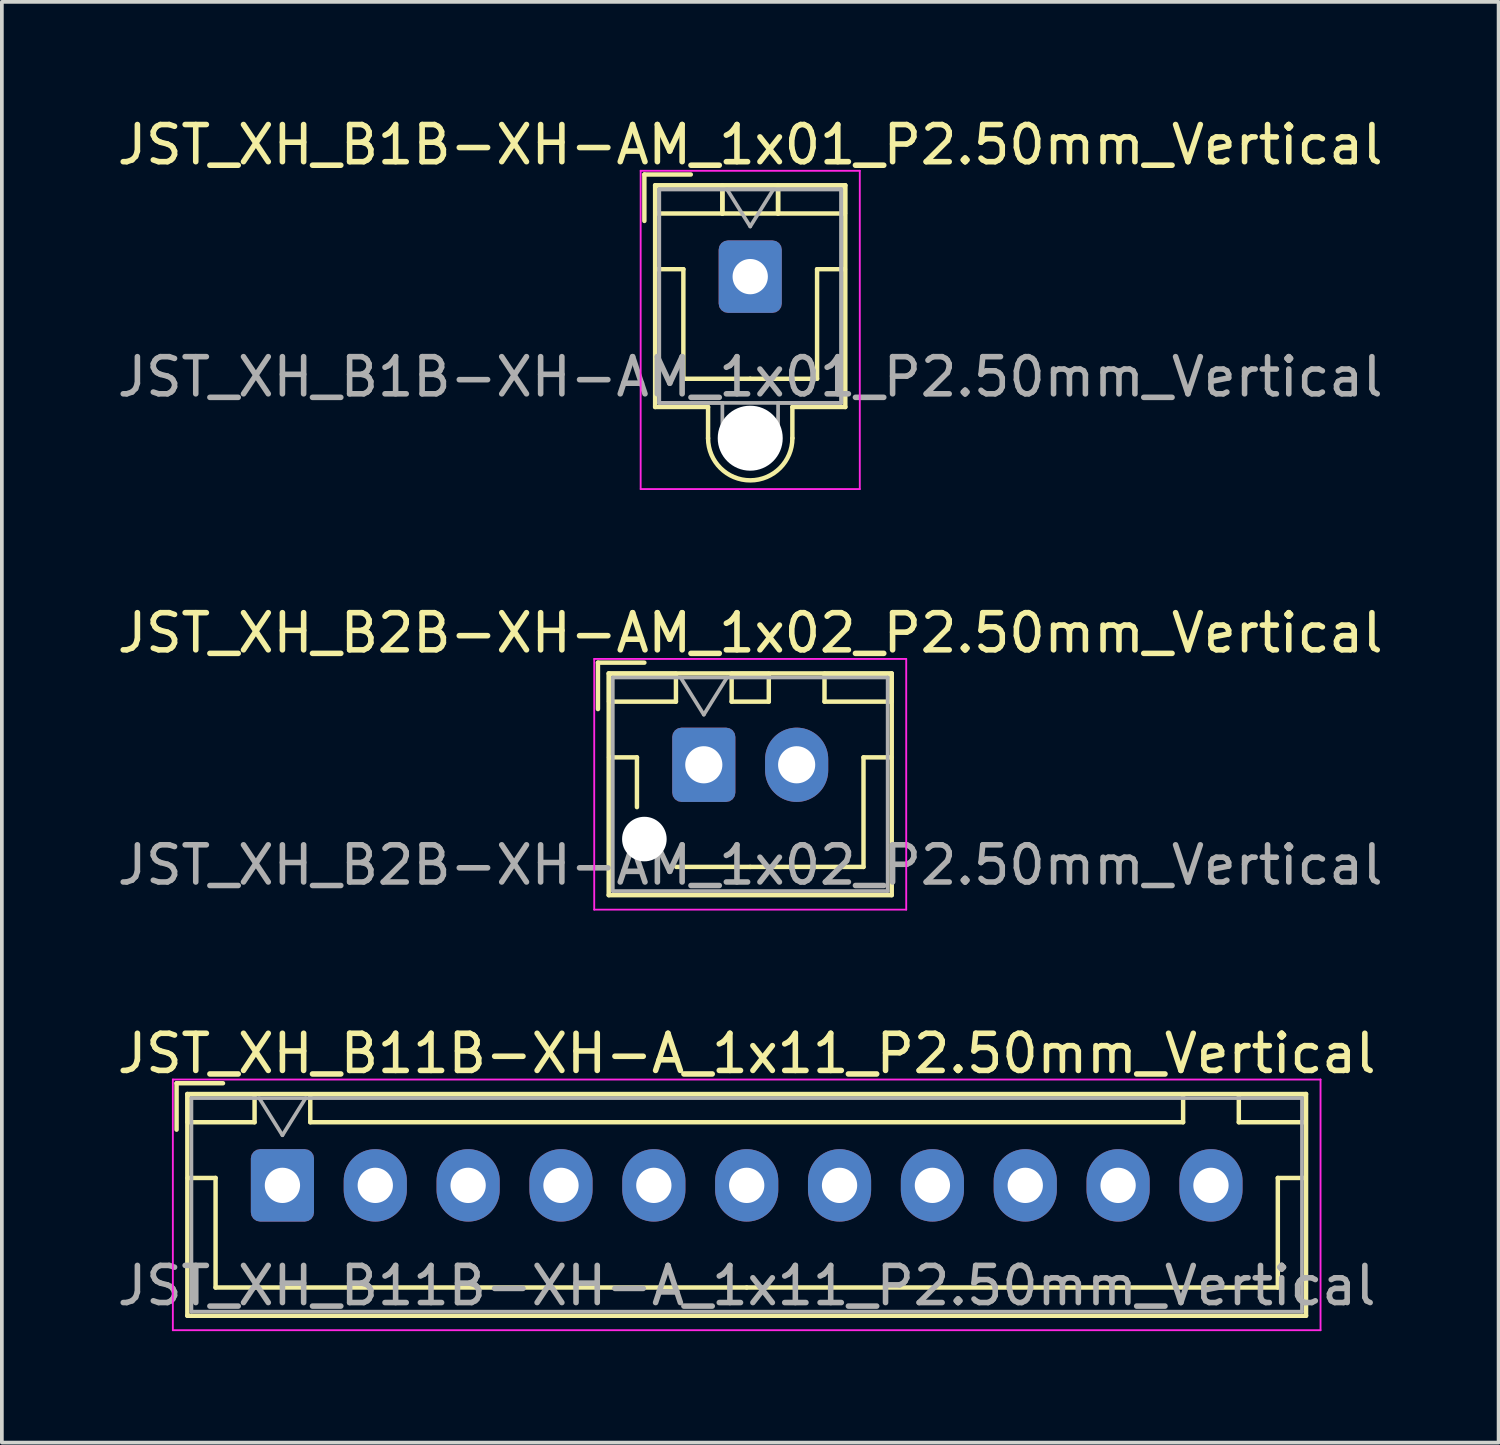
<source format=kicad_pcb>
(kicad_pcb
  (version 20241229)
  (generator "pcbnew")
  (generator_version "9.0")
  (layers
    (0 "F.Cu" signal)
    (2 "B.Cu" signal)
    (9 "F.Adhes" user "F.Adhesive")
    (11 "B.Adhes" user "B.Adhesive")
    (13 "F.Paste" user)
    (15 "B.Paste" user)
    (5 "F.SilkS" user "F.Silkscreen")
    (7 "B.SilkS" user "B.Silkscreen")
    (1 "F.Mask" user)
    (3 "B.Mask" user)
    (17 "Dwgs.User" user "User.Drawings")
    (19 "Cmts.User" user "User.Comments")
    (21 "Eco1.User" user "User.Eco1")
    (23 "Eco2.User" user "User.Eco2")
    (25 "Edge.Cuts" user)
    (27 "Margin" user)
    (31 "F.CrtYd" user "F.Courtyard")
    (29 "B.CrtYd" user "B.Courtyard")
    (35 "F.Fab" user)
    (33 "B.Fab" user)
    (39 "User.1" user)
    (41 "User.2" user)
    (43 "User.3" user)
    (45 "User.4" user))
  (footprint "JST_XH_B1B-XH-AM_1x01_P2.50mm_Vertical"
    (layer "F.Cu")
    (at 17.149 4.398)
    (property "Reference" "JST_XH_B1B-XH-AM_1x01_P2.50mm_Vertical" (at 0 -3.55 0) (layer "F.SilkS") (effects (font (size 1 1) (thickness 0.15))))
    (attr through_hole)
    (fp_line (start -2.85 -2.75) (end -2.85 -1.5) (stroke (width 0.12) (type solid)) (layer "F.SilkS"))
    (fp_line (start -2.56 -2.46) (end 2.56 -2.46) (stroke (width 0.12) (type solid)) (layer "F.SilkS"))
    (fp_line (start -2.56 3.51) (end -2.56 -2.46) (stroke (width 0.12) (type solid)) (layer "F.SilkS"))
    (fp_line (start -2.55 -2.45) (end -2.55 -1.7) (stroke (width 0.12) (type solid)) (layer "F.SilkS"))
    (fp_line (start -2.55 -1.7) (end -0.75 -1.7) (stroke (width 0.12) (type solid)) (layer "F.SilkS"))
    (fp_line (start -2.55 -0.2) (end -1.8 -0.2) (stroke (width 0.12) (type solid)) (layer "F.SilkS"))
    (fp_line (start -1.8 -0.2) (end -1.8 2.75) (stroke (width 0.12) (type solid)) (layer "F.SilkS"))
    (fp_line (start -1.8 2.75) (end 0 2.75) (stroke (width 0.12) (type solid)) (layer "F.SilkS"))
    (fp_line (start -1.6 -2.75) (end -2.85 -2.75) (stroke (width 0.12) (type solid)) (layer "F.SilkS"))
    (fp_line (start -1.135 3.51) (end -2.56 3.51) (stroke (width 0.12) (type solid)) (layer "F.SilkS"))
    (fp_line (start -1.135 4.35) (end -1.135 3.51) (stroke (width 0.12) (type solid)) (layer "F.SilkS"))
    (fp_line (start -0.75 -2.45) (end -2.55 -2.45) (stroke (width 0.12) (type solid)) (layer "F.SilkS"))
    (fp_line (start -0.75 -2.45) (end 0.75 -2.45) (stroke (width 0.12) (type solid)) (layer "F.SilkS"))
    (fp_line (start -0.75 -1.7) (end -0.75 -2.45) (stroke (width 0.12) (type solid)) (layer "F.SilkS"))
    (fp_line (start -0.75 -1.7) (end -0.75 -2.45) (stroke (width 0.12) (type solid)) (layer "F.SilkS"))
    (fp_line (start 0.75 -2.45) (end 0.75 -1.7) (stroke (width 0.12) (type solid)) (layer "F.SilkS"))
    (fp_line (start 0.75 -2.45) (end 0.75 -1.7) (stroke (width 0.12) (type solid)) (layer "F.SilkS"))
    (fp_line (start 0.75 -1.7) (end -0.75 -1.7) (stroke (width 0.12) (type solid)) (layer "F.SilkS"))
    (fp_line (start 0.75 -1.7) (end 2.55 -1.7) (stroke (width 0.12) (type solid)) (layer "F.SilkS"))
    (fp_line (start 1.135 3.51) (end 1.135 4.35) (stroke (width 0.12) (type solid)) (layer "F.SilkS"))
    (fp_line (start 1.8 -0.2) (end 1.8 2.75) (stroke (width 0.12) (type solid)) (layer "F.SilkS"))
    (fp_line (start 1.8 2.75) (end 0 2.75) (stroke (width 0.12) (type solid)) (layer "F.SilkS"))
    (fp_line (start 2.55 -2.45) (end 0.75 -2.45) (stroke (width 0.12) (type solid)) (layer "F.SilkS"))
    (fp_line (start 2.55 -1.7) (end 2.55 -2.45) (stroke (width 0.12) (type solid)) (layer "F.SilkS"))
    (fp_line (start 2.55 -0.2) (end 1.8 -0.2) (stroke (width 0.12) (type solid)) (layer "F.SilkS"))
    (fp_line (start 2.56 -2.46) (end 2.56 3.51) (stroke (width 0.12) (type solid)) (layer "F.SilkS"))
    (fp_line (start 2.56 3.51) (end 1.135 3.51) (stroke (width 0.12) (type solid)) (layer "F.SilkS"))
    (fp_arc (start 1.135 4.35) (mid 0 5.485) (end -1.135 4.35) (stroke (width 0.12) (type solid)) (layer "F.SilkS"))
    (fp_line (start -2.95 -2.85) (end -2.95 5.72) (stroke (width 0.05) (type solid)) (layer "F.CrtYd"))
    (fp_line (start -2.95 5.72) (end 2.95 5.72) (stroke (width 0.05) (type solid)) (layer "F.CrtYd"))
    (fp_line (start 2.95 -2.85) (end -2.95 -2.85) (stroke (width 0.05) (type solid)) (layer "F.CrtYd"))
    (fp_line (start 2.95 5.72) (end 2.95 -2.85) (stroke (width 0.05) (type solid)) (layer "F.CrtYd"))
    (fp_line (start -2.45 -2.35) (end -2.45 3.4) (stroke (width 0.1) (type solid)) (layer "F.Fab"))
    (fp_line (start -2.45 -2.35) (end 2.45 -2.35) (stroke (width 0.1) (type solid)) (layer "F.Fab"))
    (fp_line (start -2.45 3.4) (end -2.45 -2.35) (stroke (width 0.1) (type solid)) (layer "F.Fab"))
    (fp_line (start -2.45 3.4) (end 2.45 3.4) (stroke (width 0.1) (type solid)) (layer "F.Fab"))
    (fp_line (start -0.75 3.4) (end -2.45 3.4) (stroke (width 0.1) (type solid)) (layer "F.Fab"))
    (fp_line (start -0.75 4.35) (end -0.75 3.4) (stroke (width 0.1) (type solid)) (layer "F.Fab"))
    (fp_line (start -0.625 -2.35) (end 0 -1.35) (stroke (width 0.1) (type solid)) (layer "F.Fab"))
    (fp_line (start 0 -1.35) (end 0.625 -2.35) (stroke (width 0.1) (type solid)) (layer "F.Fab"))
    (fp_line (start 0.75 3.4) (end 0.75 4.35) (stroke (width 0.1) (type solid)) (layer "F.Fab"))
    (fp_line (start 2.45 -2.35) (end -2.45 -2.35) (stroke (width 0.1) (type solid)) (layer "F.Fab"))
    (fp_line (start 2.45 -2.35) (end 2.45 3.4) (stroke (width 0.1) (type solid)) (layer "F.Fab"))
    (fp_line (start 2.45 3.4) (end 0.75 3.4) (stroke (width 0.1) (type solid)) (layer "F.Fab"))
    (fp_line (start 2.45 3.4) (end 2.45 -2.35) (stroke (width 0.1) (type solid)) (layer "F.Fab"))
    (fp_arc (start 0.75 4.35) (mid 0 5.1) (end -0.75 4.35) (stroke (width 0.1) (type solid)) (layer "F.Fab"))
    (fp_text user "${REFERENCE}" (at 0 2.7 0) (layer "F.Fab") (effects (font (size 1 1) (thickness 0.15))))
    (pad "" np_thru_hole circle (at 0 4.35) (size 1.75 1.75) (drill 1.75) (layers "*.Cu" "*.Mask"))
    (pad "1" thru_hole roundrect (at 0 0) (size 1.7 1.95) (drill 0.95) (layers "*.Cu" "*.Mask") (roundrect_rratio 0.147)))
  (footprint "JST_XH_B2B-XH-AM_1x02_P2.50mm_Vertical"
    (layer "F.Cu")
    (at 15.899 17.541)
    (property "Reference" "JST_XH_B2B-XH-AM_1x02_P2.50mm_Vertical" (at 1.25 -3.55 0) (layer "F.SilkS") (effects (font (size 1 1) (thickness 0.15))))
    (attr through_hole)
    (fp_line (start -2.85 -2.75) (end -2.85 -1.5) (stroke (width 0.12) (type solid)) (layer "F.SilkS"))
    (fp_line (start -2.56 -2.46) (end -2.56 3.51) (stroke (width 0.12) (type solid)) (layer "F.SilkS"))
    (fp_line (start -2.56 3.51) (end 5.06 3.51) (stroke (width 0.12) (type solid)) (layer "F.SilkS"))
    (fp_line (start -2.55 -2.45) (end -2.55 -1.7) (stroke (width 0.12) (type solid)) (layer "F.SilkS"))
    (fp_line (start -2.55 -1.7) (end -0.75 -1.7) (stroke (width 0.12) (type solid)) (layer "F.SilkS"))
    (fp_line (start -2.55 -0.2) (end -1.8 -0.2) (stroke (width 0.12) (type solid)) (layer "F.SilkS"))
    (fp_line (start -1.8 -0.2) (end -1.8 1.14) (stroke (width 0.12) (type solid)) (layer "F.SilkS"))
    (fp_line (start -1.6 -2.75) (end -2.85 -2.75) (stroke (width 0.12) (type solid)) (layer "F.SilkS"))
    (fp_line (start -0.75 -2.45) (end -2.55 -2.45) (stroke (width 0.12) (type solid)) (layer "F.SilkS"))
    (fp_line (start -0.75 -1.7) (end -0.75 -2.45) (stroke (width 0.12) (type solid)) (layer "F.SilkS"))
    (fp_line (start 0.75 -2.45) (end 0.75 -1.7) (stroke (width 0.12) (type solid)) (layer "F.SilkS"))
    (fp_line (start 0.75 -1.7) (end 1.75 -1.7) (stroke (width 0.12) (type solid)) (layer "F.SilkS"))
    (fp_line (start 1.25 2.75) (end -0.74 2.75) (stroke (width 0.12) (type solid)) (layer "F.SilkS"))
    (fp_line (start 1.75 -2.45) (end 0.75 -2.45) (stroke (width 0.12) (type solid)) (layer "F.SilkS"))
    (fp_line (start 1.75 -1.7) (end 1.75 -2.45) (stroke (width 0.12) (type solid)) (layer "F.SilkS"))
    (fp_line (start 3.25 -2.45) (end 3.25 -1.7) (stroke (width 0.12) (type solid)) (layer "F.SilkS"))
    (fp_line (start 3.25 -1.7) (end 5.05 -1.7) (stroke (width 0.12) (type solid)) (layer "F.SilkS"))
    (fp_line (start 4.3 -0.2) (end 4.3 2.75) (stroke (width 0.12) (type solid)) (layer "F.SilkS"))
    (fp_line (start 4.3 2.75) (end 1.25 2.75) (stroke (width 0.12) (type solid)) (layer "F.SilkS"))
    (fp_line (start 5.05 -2.45) (end 3.25 -2.45) (stroke (width 0.12) (type solid)) (layer "F.SilkS"))
    (fp_line (start 5.05 -1.7) (end 5.05 -2.45) (stroke (width 0.12) (type solid)) (layer "F.SilkS"))
    (fp_line (start 5.05 -0.2) (end 4.3 -0.2) (stroke (width 0.12) (type solid)) (layer "F.SilkS"))
    (fp_line (start 5.06 -2.46) (end -2.56 -2.46) (stroke (width 0.12) (type solid)) (layer "F.SilkS"))
    (fp_line (start 5.06 3.51) (end 5.06 -2.46) (stroke (width 0.12) (type solid)) (layer "F.SilkS"))
    (fp_line (start -2.95 -2.85) (end -2.95 3.9) (stroke (width 0.05) (type solid)) (layer "F.CrtYd"))
    (fp_line (start -2.95 3.9) (end 5.45 3.9) (stroke (width 0.05) (type solid)) (layer "F.CrtYd"))
    (fp_line (start 5.45 -2.85) (end -2.95 -2.85) (stroke (width 0.05) (type solid)) (layer "F.CrtYd"))
    (fp_line (start 5.45 3.9) (end 5.45 -2.85) (stroke (width 0.05) (type solid)) (layer "F.CrtYd"))
    (fp_line (start -2.45 -2.35) (end -2.45 3.4) (stroke (width 0.1) (type solid)) (layer "F.Fab"))
    (fp_line (start -2.45 3.4) (end 4.95 3.4) (stroke (width 0.1) (type solid)) (layer "F.Fab"))
    (fp_line (start -0.625 -2.35) (end 0 -1.35) (stroke (width 0.1) (type solid)) (layer "F.Fab"))
    (fp_line (start 0 -1.35) (end 0.625 -2.35) (stroke (width 0.1) (type solid)) (layer "F.Fab"))
    (fp_line (start 4.95 -2.35) (end -2.45 -2.35) (stroke (width 0.1) (type solid)) (layer "F.Fab"))
    (fp_line (start 4.95 3.4) (end 4.95 -2.35) (stroke (width 0.1) (type solid)) (layer "F.Fab"))
    (fp_text user "${REFERENCE}" (at 1.25 2.7 0) (layer "F.Fab") (effects (font (size 1 1) (thickness 0.15))))
    (pad "" np_thru_hole circle (at -1.6 2) (size 1.2 1.2) (drill 1.2) (layers "*.Cu" "*.Mask"))
    (pad "1" thru_hole roundrect (at 0 0) (size 1.7 2) (drill 1) (layers "*.Cu" "*.Mask") (roundrect_rratio 0.147))
    (pad "2" thru_hole oval (at 2.5 0) (size 1.7 2) (drill 1) (layers "*.Cu" "*.Mask")))
  (footprint "JST_XH_B11B-XH-A_1x11_P2.50mm_Vertical"
    (layer "F.Cu")
    (at 4.554 28.865)
    (property "Reference" "JST_XH_B11B-XH-A_1x11_P2.50mm_Vertical" (at 12.5 -3.55 0) (layer "F.SilkS") (effects (font (size 1 1) (thickness 0.15))))
    (attr through_hole)
    (fp_line (start -2.85 -2.75) (end -2.85 -1.5) (stroke (width 0.12) (type solid)) (layer "F.SilkS"))
    (fp_line (start -2.56 -2.46) (end -2.56 3.51) (stroke (width 0.12) (type solid)) (layer "F.SilkS"))
    (fp_line (start -2.56 3.51) (end 27.56 3.51) (stroke (width 0.12) (type solid)) (layer "F.SilkS"))
    (fp_line (start -2.55 -2.45) (end -2.55 -1.7) (stroke (width 0.12) (type solid)) (layer "F.SilkS"))
    (fp_line (start -2.55 -1.7) (end -0.75 -1.7) (stroke (width 0.12) (type solid)) (layer "F.SilkS"))
    (fp_line (start -2.55 -0.2) (end -1.8 -0.2) (stroke (width 0.12) (type solid)) (layer "F.SilkS"))
    (fp_line (start -1.8 -0.2) (end -1.8 2.75) (stroke (width 0.12) (type solid)) (layer "F.SilkS"))
    (fp_line (start -1.8 2.75) (end 12.5 2.75) (stroke (width 0.12) (type solid)) (layer "F.SilkS"))
    (fp_line (start -1.6 -2.75) (end -2.85 -2.75) (stroke (width 0.12) (type solid)) (layer "F.SilkS"))
    (fp_line (start -0.75 -2.45) (end -2.55 -2.45) (stroke (width 0.12) (type solid)) (layer "F.SilkS"))
    (fp_line (start -0.75 -1.7) (end -0.75 -2.45) (stroke (width 0.12) (type solid)) (layer "F.SilkS"))
    (fp_line (start 0.75 -2.45) (end 0.75 -1.7) (stroke (width 0.12) (type solid)) (layer "F.SilkS"))
    (fp_line (start 0.75 -1.7) (end 24.25 -1.7) (stroke (width 0.12) (type solid)) (layer "F.SilkS"))
    (fp_line (start 24.25 -2.45) (end 0.75 -2.45) (stroke (width 0.12) (type solid)) (layer "F.SilkS"))
    (fp_line (start 24.25 -1.7) (end 24.25 -2.45) (stroke (width 0.12) (type solid)) (layer "F.SilkS"))
    (fp_line (start 25.75 -2.45) (end 25.75 -1.7) (stroke (width 0.12) (type solid)) (layer "F.SilkS"))
    (fp_line (start 25.75 -1.7) (end 27.55 -1.7) (stroke (width 0.12) (type solid)) (layer "F.SilkS"))
    (fp_line (start 26.8 -0.2) (end 26.8 2.75) (stroke (width 0.12) (type solid)) (layer "F.SilkS"))
    (fp_line (start 26.8 2.75) (end 12.5 2.75) (stroke (width 0.12) (type solid)) (layer "F.SilkS"))
    (fp_line (start 27.55 -2.45) (end 25.75 -2.45) (stroke (width 0.12) (type solid)) (layer "F.SilkS"))
    (fp_line (start 27.55 -1.7) (end 27.55 -2.45) (stroke (width 0.12) (type solid)) (layer "F.SilkS"))
    (fp_line (start 27.55 -0.2) (end 26.8 -0.2) (stroke (width 0.12) (type solid)) (layer "F.SilkS"))
    (fp_line (start 27.56 -2.46) (end -2.56 -2.46) (stroke (width 0.12) (type solid)) (layer "F.SilkS"))
    (fp_line (start 27.56 3.51) (end 27.56 -2.46) (stroke (width 0.12) (type solid)) (layer "F.SilkS"))
    (fp_line (start -2.95 -2.85) (end -2.95 3.9) (stroke (width 0.05) (type solid)) (layer "F.CrtYd"))
    (fp_line (start -2.95 3.9) (end 27.95 3.9) (stroke (width 0.05) (type solid)) (layer "F.CrtYd"))
    (fp_line (start 27.95 -2.85) (end -2.95 -2.85) (stroke (width 0.05) (type solid)) (layer "F.CrtYd"))
    (fp_line (start 27.95 3.9) (end 27.95 -2.85) (stroke (width 0.05) (type solid)) (layer "F.CrtYd"))
    (fp_line (start -2.45 -2.35) (end -2.45 3.4) (stroke (width 0.1) (type solid)) (layer "F.Fab"))
    (fp_line (start -2.45 3.4) (end 27.45 3.4) (stroke (width 0.1) (type solid)) (layer "F.Fab"))
    (fp_line (start -0.625 -2.35) (end 0 -1.35) (stroke (width 0.1) (type solid)) (layer "F.Fab"))
    (fp_line (start 0 -1.35) (end 0.625 -2.35) (stroke (width 0.1) (type solid)) (layer "F.Fab"))
    (fp_line (start 27.45 -2.35) (end -2.45 -2.35) (stroke (width 0.1) (type solid)) (layer "F.Fab"))
    (fp_line (start 27.45 3.4) (end 27.45 -2.35) (stroke (width 0.1) (type solid)) (layer "F.Fab"))
    (fp_text user "${REFERENCE}" (at 12.5 2.7 0) (layer "F.Fab") (effects (font (size 1 1) (thickness 0.15))))
    (pad "1" thru_hole roundrect (at 0 0) (size 1.7 1.95) (drill 0.95) (layers "*.Cu" "*.Mask") (roundrect_rratio 0.147))
    (pad "2" thru_hole oval (at 2.5 0) (size 1.7 1.95) (drill 0.95) (layers "*.Cu" "*.Mask"))
    (pad "3" thru_hole oval (at 5 0) (size 1.7 1.95) (drill 0.95) (layers "*.Cu" "*.Mask"))
    (pad "4" thru_hole oval (at 7.5 0) (size 1.7 1.95) (drill 0.95) (layers "*.Cu" "*.Mask"))
    (pad "5" thru_hole oval (at 10 0) (size 1.7 1.95) (drill 0.95) (layers "*.Cu" "*.Mask"))
    (pad "6" thru_hole oval (at 12.5 0) (size 1.7 1.95) (drill 0.95) (layers "*.Cu" "*.Mask"))
    (pad "7" thru_hole oval (at 15 0) (size 1.7 1.95) (drill 0.95) (layers "*.Cu" "*.Mask"))
    (pad "8" thru_hole oval (at 17.5 0) (size 1.7 1.95) (drill 0.95) (layers "*.Cu" "*.Mask"))
    (pad "9" thru_hole oval (at 20 0) (size 1.7 1.95) (drill 0.95) (layers "*.Cu" "*.Mask"))
    (pad "10" thru_hole oval (at 22.5 0) (size 1.7 1.95) (drill 0.95) (layers "*.Cu" "*.Mask"))
    (pad "11" thru_hole oval (at 25 0) (size 1.7 1.95) (drill 0.95) (layers "*.Cu" "*.Mask")))
  (gr_rect
    (start -3 -3)
    (end 37.298 35.79)
    (stroke (width 0.1) (type default))
    (fill no)
    (layer "Edge.Cuts")))
</source>
